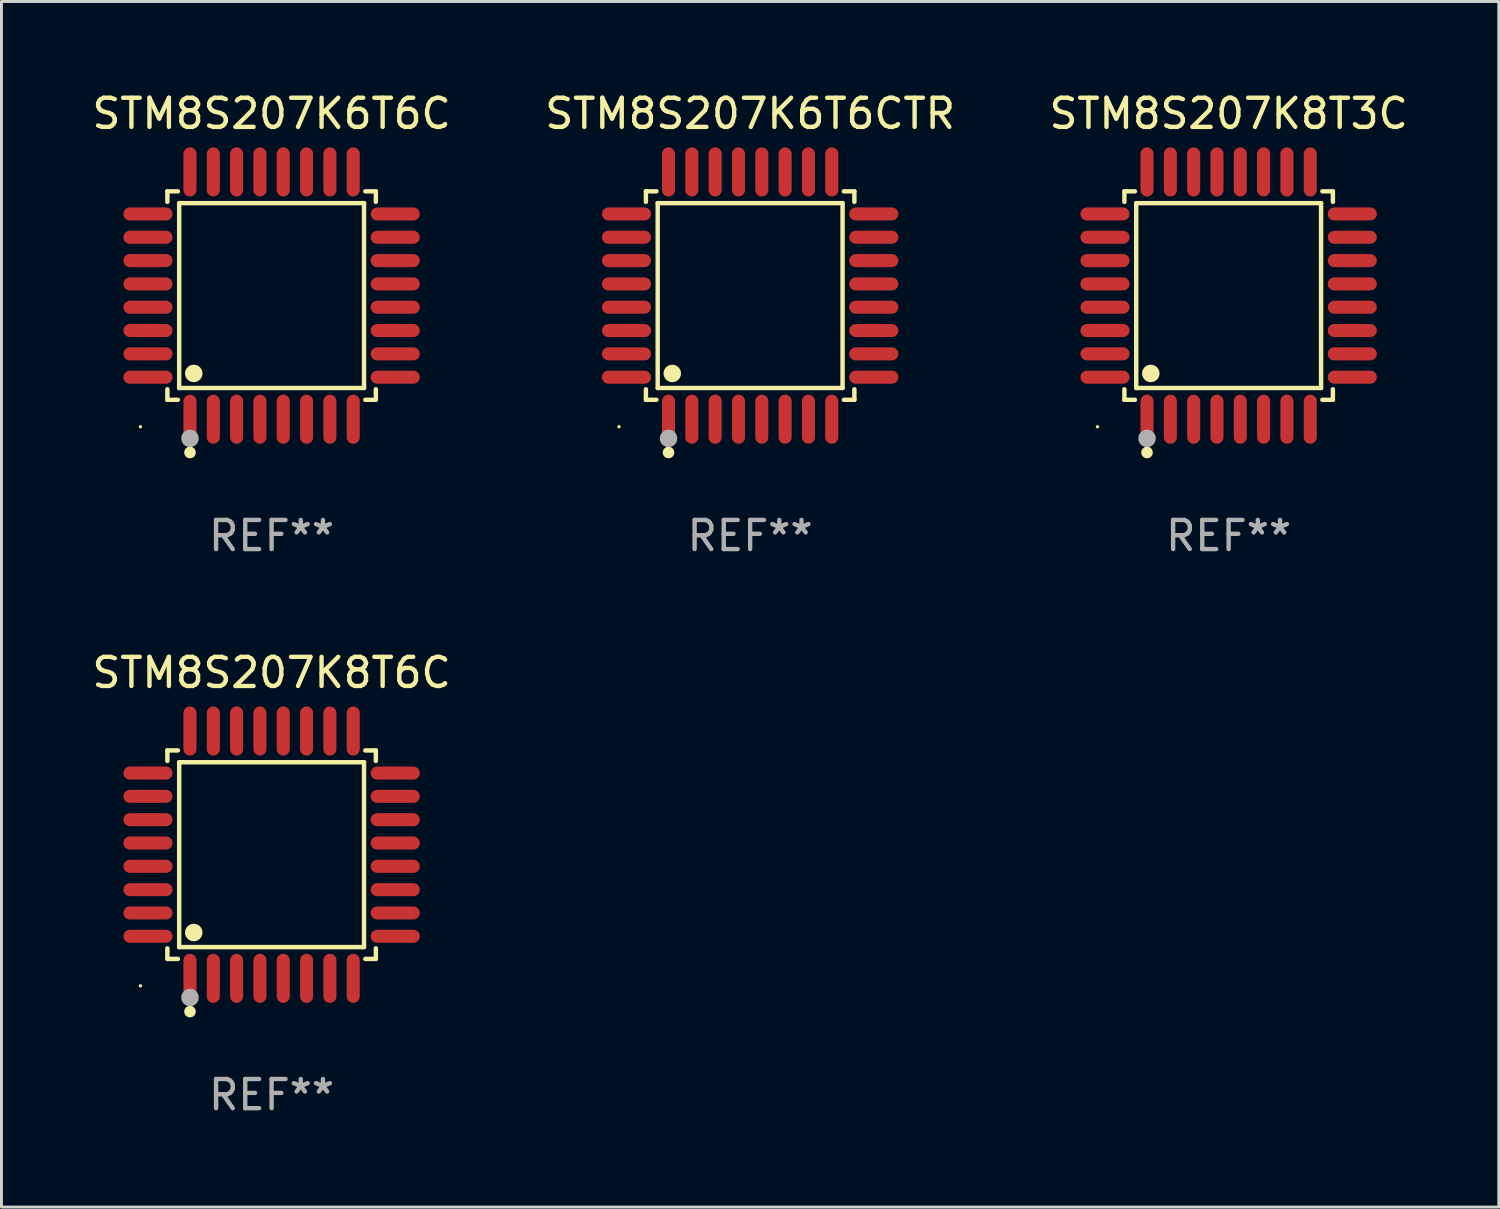
<source format=kicad_pcb>
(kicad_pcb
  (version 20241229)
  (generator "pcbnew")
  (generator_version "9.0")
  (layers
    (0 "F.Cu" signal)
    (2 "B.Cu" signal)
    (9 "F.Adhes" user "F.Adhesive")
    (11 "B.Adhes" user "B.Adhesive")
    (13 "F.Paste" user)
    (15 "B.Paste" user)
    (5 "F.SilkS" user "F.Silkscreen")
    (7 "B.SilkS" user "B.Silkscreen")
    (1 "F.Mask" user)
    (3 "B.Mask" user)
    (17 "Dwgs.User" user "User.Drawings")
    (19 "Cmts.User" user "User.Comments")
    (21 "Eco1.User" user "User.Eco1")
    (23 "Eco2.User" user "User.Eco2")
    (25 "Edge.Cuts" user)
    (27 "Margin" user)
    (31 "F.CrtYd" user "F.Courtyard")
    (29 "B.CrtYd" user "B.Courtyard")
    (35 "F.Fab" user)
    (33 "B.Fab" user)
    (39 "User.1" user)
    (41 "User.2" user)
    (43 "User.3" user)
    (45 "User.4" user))
  (footprint "STM8S207K6T6CTR"
    (layer "F.Cu")
    (at 22.685 7.09)
    (property "Reference" "STM8S207K6T6CTR" (at 0 -6.242 0) (layer "F.SilkS") (effects (font (size 1 1) (thickness 0.15))))
    (attr through_hole)
    (fp_line (start -3.576 -3.576) (end -3.215 -3.576) (stroke (width 0.152) (type solid)) (layer "F.SilkS"))
    (fp_line (start -3.576 -3.215) (end -3.576 -3.576) (stroke (width 0.152) (type solid)) (layer "F.SilkS"))
    (fp_line (start -3.576 3.215) (end -3.576 3.576) (stroke (width 0.152) (type solid)) (layer "F.SilkS"))
    (fp_line (start -3.576 3.576) (end -3.215 3.576) (stroke (width 0.152) (type solid)) (layer "F.SilkS"))
    (fp_line (start -3.171 -3.171) (end 3.171 -3.171) (stroke (width 0.152) (type solid)) (layer "F.SilkS"))
    (fp_line (start -3.171 3.171) (end -3.171 -3.171) (stroke (width 0.152) (type solid)) (layer "F.SilkS"))
    (fp_line (start 3.171 -3.171) (end 3.171 3.171) (stroke (width 0.152) (type solid)) (layer "F.SilkS"))
    (fp_line (start 3.171 3.171) (end -3.171 3.171) (stroke (width 0.152) (type solid)) (layer "F.SilkS"))
    (fp_line (start 3.576 -3.576) (end 3.215 -3.576) (stroke (width 0.152) (type solid)) (layer "F.SilkS"))
    (fp_line (start 3.576 -3.215) (end 3.576 -3.576) (stroke (width 0.152) (type solid)) (layer "F.SilkS"))
    (fp_line (start 3.576 3.215) (end 3.576 3.576) (stroke (width 0.152) (type solid)) (layer "F.SilkS"))
    (fp_line (start 3.576 3.576) (end 3.215 3.576) (stroke (width 0.152) (type solid)) (layer "F.SilkS"))
    (fp_circle (center -4.5 4.5) (end -4.47 4.5) (stroke (width 0.06) (type solid)) (fill no) (layer "F.SilkS"))
    (fp_circle (center -2.8 5.384) (end -2.7 5.384) (stroke (width 0.2) (type solid)) (fill no) (layer "F.SilkS"))
    (fp_circle (center -2.671 2.671) (end -2.521 2.671) (stroke (width 0.3) (type solid)) (fill no) (layer "F.SilkS"))
    (fp_circle (center -2.8 4.9) (end -2.65 4.9) (stroke (width 0.3) (type solid)) (fill no) (layer "F.Fab"))
    (fp_text user "REF**" (at 0 8.242 0) (layer "F.Fab") (effects (font (size 1 1) (thickness 0.15))))
    (pad "1" smd oval (at -2.8 4.242) (size 0.448 1.684) (layers "F.Cu" "F.Mask" "F.Paste"))
    (pad "2" smd oval (at -2 4.242) (size 0.448 1.684) (layers "F.Cu" "F.Mask" "F.Paste"))
    (pad "3" smd oval (at -1.2 4.242) (size 0.448 1.684) (layers "F.Cu" "F.Mask" "F.Paste"))
    (pad "4" smd oval (at -0.4 4.242) (size 0.448 1.684) (layers "F.Cu" "F.Mask" "F.Paste"))
    (pad "5" smd oval (at 0.4 4.242) (size 0.448 1.684) (layers "F.Cu" "F.Mask" "F.Paste"))
    (pad "6" smd oval (at 1.2 4.242) (size 0.448 1.684) (layers "F.Cu" "F.Mask" "F.Paste"))
    (pad "7" smd oval (at 2 4.242) (size 0.448 1.684) (layers "F.Cu" "F.Mask" "F.Paste"))
    (pad "8" smd oval (at 2.8 4.242) (size 0.448 1.684) (layers "F.Cu" "F.Mask" "F.Paste"))
    (pad "9" smd oval (at 4.242 2.8) (size 1.684 0.448) (layers "F.Cu" "F.Mask" "F.Paste"))
    (pad "10" smd oval (at 4.242 2) (size 1.684 0.448) (layers "F.Cu" "F.Mask" "F.Paste"))
    (pad "11" smd oval (at 4.242 1.2) (size 1.684 0.448) (layers "F.Cu" "F.Mask" "F.Paste"))
    (pad "12" smd oval (at 4.242 0.4) (size 1.684 0.448) (layers "F.Cu" "F.Mask" "F.Paste"))
    (pad "13" smd oval (at 4.242 -0.4) (size 1.684 0.448) (layers "F.Cu" "F.Mask" "F.Paste"))
    (pad "14" smd oval (at 4.242 -1.2) (size 1.684 0.448) (layers "F.Cu" "F.Mask" "F.Paste"))
    (pad "15" smd oval (at 4.242 -2) (size 1.684 0.448) (layers "F.Cu" "F.Mask" "F.Paste"))
    (pad "16" smd oval (at 4.242 -2.8) (size 1.684 0.448) (layers "F.Cu" "F.Mask" "F.Paste"))
    (pad "17" smd oval (at 2.8 -4.242) (size 0.448 1.684) (layers "F.Cu" "F.Mask" "F.Paste"))
    (pad "18" smd oval (at 2 -4.242) (size 0.448 1.684) (layers "F.Cu" "F.Mask" "F.Paste"))
    (pad "19" smd oval (at 1.2 -4.242) (size 0.448 1.684) (layers "F.Cu" "F.Mask" "F.Paste"))
    (pad "20" smd oval (at 0.4 -4.242) (size 0.448 1.684) (layers "F.Cu" "F.Mask" "F.Paste"))
    (pad "21" smd oval (at -0.4 -4.242) (size 0.448 1.684) (layers "F.Cu" "F.Mask" "F.Paste"))
    (pad "22" smd oval (at -1.2 -4.242) (size 0.448 1.684) (layers "F.Cu" "F.Mask" "F.Paste"))
    (pad "23" smd oval (at -2 -4.242) (size 0.448 1.684) (layers "F.Cu" "F.Mask" "F.Paste"))
    (pad "24" smd oval (at -2.8 -4.242) (size 0.448 1.684) (layers "F.Cu" "F.Mask" "F.Paste"))
    (pad "25" smd oval (at -4.242 -2.8) (size 1.684 0.448) (layers "F.Cu" "F.Mask" "F.Paste"))
    (pad "26" smd oval (at -4.242 -2) (size 1.684 0.448) (layers "F.Cu" "F.Mask" "F.Paste"))
    (pad "27" smd oval (at -4.242 -1.2) (size 1.684 0.448) (layers "F.Cu" "F.Mask" "F.Paste"))
    (pad "28" smd oval (at -4.242 -0.4) (size 1.684 0.448) (layers "F.Cu" "F.Mask" "F.Paste"))
    (pad "29" smd oval (at -4.242 0.4) (size 1.684 0.448) (layers "F.Cu" "F.Mask" "F.Paste"))
    (pad "30" smd oval (at -4.242 1.2) (size 1.684 0.448) (layers "F.Cu" "F.Mask" "F.Paste"))
    (pad "31" smd oval (at -4.242 2) (size 1.684 0.448) (layers "F.Cu" "F.Mask" "F.Paste"))
    (pad "32" smd oval (at -4.242 2.8) (size 1.684 0.448) (layers "F.Cu" "F.Mask" "F.Paste")))
  (footprint "STM8S207K8T3C"
    (layer "F.Cu")
    (at 39.101 7.09)
    (property "Reference" "STM8S207K8T3C" (at 0 -6.242 0) (layer "F.SilkS") (effects (font (size 1 1) (thickness 0.15))))
    (attr through_hole)
    (fp_line (start -3.576 -3.576) (end -3.215 -3.576) (stroke (width 0.152) (type solid)) (layer "F.SilkS"))
    (fp_line (start -3.576 -3.215) (end -3.576 -3.576) (stroke (width 0.152) (type solid)) (layer "F.SilkS"))
    (fp_line (start -3.576 3.215) (end -3.576 3.576) (stroke (width 0.152) (type solid)) (layer "F.SilkS"))
    (fp_line (start -3.576 3.576) (end -3.215 3.576) (stroke (width 0.152) (type solid)) (layer "F.SilkS"))
    (fp_line (start -3.171 -3.171) (end 3.171 -3.171) (stroke (width 0.152) (type solid)) (layer "F.SilkS"))
    (fp_line (start -3.171 3.171) (end -3.171 -3.171) (stroke (width 0.152) (type solid)) (layer "F.SilkS"))
    (fp_line (start 3.171 -3.171) (end 3.171 3.171) (stroke (width 0.152) (type solid)) (layer "F.SilkS"))
    (fp_line (start 3.171 3.171) (end -3.171 3.171) (stroke (width 0.152) (type solid)) (layer "F.SilkS"))
    (fp_line (start 3.576 -3.576) (end 3.215 -3.576) (stroke (width 0.152) (type solid)) (layer "F.SilkS"))
    (fp_line (start 3.576 -3.215) (end 3.576 -3.576) (stroke (width 0.152) (type solid)) (layer "F.SilkS"))
    (fp_line (start 3.576 3.215) (end 3.576 3.576) (stroke (width 0.152) (type solid)) (layer "F.SilkS"))
    (fp_line (start 3.576 3.576) (end 3.215 3.576) (stroke (width 0.152) (type solid)) (layer "F.SilkS"))
    (fp_circle (center -4.5 4.5) (end -4.47 4.5) (stroke (width 0.06) (type solid)) (fill no) (layer "F.SilkS"))
    (fp_circle (center -2.8 5.384) (end -2.7 5.384) (stroke (width 0.2) (type solid)) (fill no) (layer "F.SilkS"))
    (fp_circle (center -2.671 2.671) (end -2.521 2.671) (stroke (width 0.3) (type solid)) (fill no) (layer "F.SilkS"))
    (fp_circle (center -2.8 4.9) (end -2.65 4.9) (stroke (width 0.3) (type solid)) (fill no) (layer "F.Fab"))
    (fp_text user "REF**" (at 0 8.242 0) (layer "F.Fab") (effects (font (size 1 1) (thickness 0.15))))
    (pad "1" smd oval (at -2.8 4.242) (size 0.448 1.684) (layers "F.Cu" "F.Mask" "F.Paste"))
    (pad "2" smd oval (at -2 4.242) (size 0.448 1.684) (layers "F.Cu" "F.Mask" "F.Paste"))
    (pad "3" smd oval (at -1.2 4.242) (size 0.448 1.684) (layers "F.Cu" "F.Mask" "F.Paste"))
    (pad "4" smd oval (at -0.4 4.242) (size 0.448 1.684) (layers "F.Cu" "F.Mask" "F.Paste"))
    (pad "5" smd oval (at 0.4 4.242) (size 0.448 1.684) (layers "F.Cu" "F.Mask" "F.Paste"))
    (pad "6" smd oval (at 1.2 4.242) (size 0.448 1.684) (layers "F.Cu" "F.Mask" "F.Paste"))
    (pad "7" smd oval (at 2 4.242) (size 0.448 1.684) (layers "F.Cu" "F.Mask" "F.Paste"))
    (pad "8" smd oval (at 2.8 4.242) (size 0.448 1.684) (layers "F.Cu" "F.Mask" "F.Paste"))
    (pad "9" smd oval (at 4.242 2.8) (size 1.684 0.448) (layers "F.Cu" "F.Mask" "F.Paste"))
    (pad "10" smd oval (at 4.242 2) (size 1.684 0.448) (layers "F.Cu" "F.Mask" "F.Paste"))
    (pad "11" smd oval (at 4.242 1.2) (size 1.684 0.448) (layers "F.Cu" "F.Mask" "F.Paste"))
    (pad "12" smd oval (at 4.242 0.4) (size 1.684 0.448) (layers "F.Cu" "F.Mask" "F.Paste"))
    (pad "13" smd oval (at 4.242 -0.4) (size 1.684 0.448) (layers "F.Cu" "F.Mask" "F.Paste"))
    (pad "14" smd oval (at 4.242 -1.2) (size 1.684 0.448) (layers "F.Cu" "F.Mask" "F.Paste"))
    (pad "15" smd oval (at 4.242 -2) (size 1.684 0.448) (layers "F.Cu" "F.Mask" "F.Paste"))
    (pad "16" smd oval (at 4.242 -2.8) (size 1.684 0.448) (layers "F.Cu" "F.Mask" "F.Paste"))
    (pad "17" smd oval (at 2.8 -4.242) (size 0.448 1.684) (layers "F.Cu" "F.Mask" "F.Paste"))
    (pad "18" smd oval (at 2 -4.242) (size 0.448 1.684) (layers "F.Cu" "F.Mask" "F.Paste"))
    (pad "19" smd oval (at 1.2 -4.242) (size 0.448 1.684) (layers "F.Cu" "F.Mask" "F.Paste"))
    (pad "20" smd oval (at 0.4 -4.242) (size 0.448 1.684) (layers "F.Cu" "F.Mask" "F.Paste"))
    (pad "21" smd oval (at -0.4 -4.242) (size 0.448 1.684) (layers "F.Cu" "F.Mask" "F.Paste"))
    (pad "22" smd oval (at -1.2 -4.242) (size 0.448 1.684) (layers "F.Cu" "F.Mask" "F.Paste"))
    (pad "23" smd oval (at -2 -4.242) (size 0.448 1.684) (layers "F.Cu" "F.Mask" "F.Paste"))
    (pad "24" smd oval (at -2.8 -4.242) (size 0.448 1.684) (layers "F.Cu" "F.Mask" "F.Paste"))
    (pad "25" smd oval (at -4.242 -2.8) (size 1.684 0.448) (layers "F.Cu" "F.Mask" "F.Paste"))
    (pad "26" smd oval (at -4.242 -2) (size 1.684 0.448) (layers "F.Cu" "F.Mask" "F.Paste"))
    (pad "27" smd oval (at -4.242 -1.2) (size 1.684 0.448) (layers "F.Cu" "F.Mask" "F.Paste"))
    (pad "28" smd oval (at -4.242 -0.4) (size 1.684 0.448) (layers "F.Cu" "F.Mask" "F.Paste"))
    (pad "29" smd oval (at -4.242 0.4) (size 1.684 0.448) (layers "F.Cu" "F.Mask" "F.Paste"))
    (pad "30" smd oval (at -4.242 1.2) (size 1.684 0.448) (layers "F.Cu" "F.Mask" "F.Paste"))
    (pad "31" smd oval (at -4.242 2) (size 1.684 0.448) (layers "F.Cu" "F.Mask" "F.Paste"))
    (pad "32" smd oval (at -4.242 2.8) (size 1.684 0.448) (layers "F.Cu" "F.Mask" "F.Paste")))
  (footprint "STM8S207K8T6C"
    (layer "F.Cu")
    (at 6.268 26.271)
    (property "Reference" "STM8S207K8T6C" (at 0 -6.242 0) (layer "F.SilkS") (effects (font (size 1 1) (thickness 0.15))))
    (attr through_hole)
    (fp_line (start -3.576 -3.576) (end -3.215 -3.576) (stroke (width 0.152) (type solid)) (layer "F.SilkS"))
    (fp_line (start -3.576 -3.215) (end -3.576 -3.576) (stroke (width 0.152) (type solid)) (layer "F.SilkS"))
    (fp_line (start -3.576 3.215) (end -3.576 3.576) (stroke (width 0.152) (type solid)) (layer "F.SilkS"))
    (fp_line (start -3.576 3.576) (end -3.215 3.576) (stroke (width 0.152) (type solid)) (layer "F.SilkS"))
    (fp_line (start -3.171 -3.171) (end 3.171 -3.171) (stroke (width 0.152) (type solid)) (layer "F.SilkS"))
    (fp_line (start -3.171 3.171) (end -3.171 -3.171) (stroke (width 0.152) (type solid)) (layer "F.SilkS"))
    (fp_line (start 3.171 -3.171) (end 3.171 3.171) (stroke (width 0.152) (type solid)) (layer "F.SilkS"))
    (fp_line (start 3.171 3.171) (end -3.171 3.171) (stroke (width 0.152) (type solid)) (layer "F.SilkS"))
    (fp_line (start 3.576 -3.576) (end 3.215 -3.576) (stroke (width 0.152) (type solid)) (layer "F.SilkS"))
    (fp_line (start 3.576 -3.215) (end 3.576 -3.576) (stroke (width 0.152) (type solid)) (layer "F.SilkS"))
    (fp_line (start 3.576 3.215) (end 3.576 3.576) (stroke (width 0.152) (type solid)) (layer "F.SilkS"))
    (fp_line (start 3.576 3.576) (end 3.215 3.576) (stroke (width 0.152) (type solid)) (layer "F.SilkS"))
    (fp_circle (center -4.5 4.5) (end -4.47 4.5) (stroke (width 0.06) (type solid)) (fill no) (layer "F.SilkS"))
    (fp_circle (center -2.8 5.384) (end -2.7 5.384) (stroke (width 0.2) (type solid)) (fill no) (layer "F.SilkS"))
    (fp_circle (center -2.671 2.671) (end -2.521 2.671) (stroke (width 0.3) (type solid)) (fill no) (layer "F.SilkS"))
    (fp_circle (center -2.8 4.9) (end -2.65 4.9) (stroke (width 0.3) (type solid)) (fill no) (layer "F.Fab"))
    (fp_text user "REF**" (at 0 8.242 0) (layer "F.Fab") (effects (font (size 1 1) (thickness 0.15))))
    (pad "1" smd oval (at -2.8 4.242) (size 0.448 1.684) (layers "F.Cu" "F.Mask" "F.Paste"))
    (pad "2" smd oval (at -2 4.242) (size 0.448 1.684) (layers "F.Cu" "F.Mask" "F.Paste"))
    (pad "3" smd oval (at -1.2 4.242) (size 0.448 1.684) (layers "F.Cu" "F.Mask" "F.Paste"))
    (pad "4" smd oval (at -0.4 4.242) (size 0.448 1.684) (layers "F.Cu" "F.Mask" "F.Paste"))
    (pad "5" smd oval (at 0.4 4.242) (size 0.448 1.684) (layers "F.Cu" "F.Mask" "F.Paste"))
    (pad "6" smd oval (at 1.2 4.242) (size 0.448 1.684) (layers "F.Cu" "F.Mask" "F.Paste"))
    (pad "7" smd oval (at 2 4.242) (size 0.448 1.684) (layers "F.Cu" "F.Mask" "F.Paste"))
    (pad "8" smd oval (at 2.8 4.242) (size 0.448 1.684) (layers "F.Cu" "F.Mask" "F.Paste"))
    (pad "9" smd oval (at 4.242 2.8) (size 1.684 0.448) (layers "F.Cu" "F.Mask" "F.Paste"))
    (pad "10" smd oval (at 4.242 2) (size 1.684 0.448) (layers "F.Cu" "F.Mask" "F.Paste"))
    (pad "11" smd oval (at 4.242 1.2) (size 1.684 0.448) (layers "F.Cu" "F.Mask" "F.Paste"))
    (pad "12" smd oval (at 4.242 0.4) (size 1.684 0.448) (layers "F.Cu" "F.Mask" "F.Paste"))
    (pad "13" smd oval (at 4.242 -0.4) (size 1.684 0.448) (layers "F.Cu" "F.Mask" "F.Paste"))
    (pad "14" smd oval (at 4.242 -1.2) (size 1.684 0.448) (layers "F.Cu" "F.Mask" "F.Paste"))
    (pad "15" smd oval (at 4.242 -2) (size 1.684 0.448) (layers "F.Cu" "F.Mask" "F.Paste"))
    (pad "16" smd oval (at 4.242 -2.8) (size 1.684 0.448) (layers "F.Cu" "F.Mask" "F.Paste"))
    (pad "17" smd oval (at 2.8 -4.242) (size 0.448 1.684) (layers "F.Cu" "F.Mask" "F.Paste"))
    (pad "18" smd oval (at 2 -4.242) (size 0.448 1.684) (layers "F.Cu" "F.Mask" "F.Paste"))
    (pad "19" smd oval (at 1.2 -4.242) (size 0.448 1.684) (layers "F.Cu" "F.Mask" "F.Paste"))
    (pad "20" smd oval (at 0.4 -4.242) (size 0.448 1.684) (layers "F.Cu" "F.Mask" "F.Paste"))
    (pad "21" smd oval (at -0.4 -4.242) (size 0.448 1.684) (layers "F.Cu" "F.Mask" "F.Paste"))
    (pad "22" smd oval (at -1.2 -4.242) (size 0.448 1.684) (layers "F.Cu" "F.Mask" "F.Paste"))
    (pad "23" smd oval (at -2 -4.242) (size 0.448 1.684) (layers "F.Cu" "F.Mask" "F.Paste"))
    (pad "24" smd oval (at -2.8 -4.242) (size 0.448 1.684) (layers "F.Cu" "F.Mask" "F.Paste"))
    (pad "25" smd oval (at -4.242 -2.8) (size 1.684 0.448) (layers "F.Cu" "F.Mask" "F.Paste"))
    (pad "26" smd oval (at -4.242 -2) (size 1.684 0.448) (layers "F.Cu" "F.Mask" "F.Paste"))
    (pad "27" smd oval (at -4.242 -1.2) (size 1.684 0.448) (layers "F.Cu" "F.Mask" "F.Paste"))
    (pad "28" smd oval (at -4.242 -0.4) (size 1.684 0.448) (layers "F.Cu" "F.Mask" "F.Paste"))
    (pad "29" smd oval (at -4.242 0.4) (size 1.684 0.448) (layers "F.Cu" "F.Mask" "F.Paste"))
    (pad "30" smd oval (at -4.242 1.2) (size 1.684 0.448) (layers "F.Cu" "F.Mask" "F.Paste"))
    (pad "31" smd oval (at -4.242 2) (size 1.684 0.448) (layers "F.Cu" "F.Mask" "F.Paste"))
    (pad "32" smd oval (at -4.242 2.8) (size 1.684 0.448) (layers "F.Cu" "F.Mask" "F.Paste")))
  (footprint "STM8S207K6T6C"
    (layer "F.Cu")
    (at 6.268 7.09)
    (property "Reference" "STM8S207K6T6C" (at 0 -6.242 0) (layer "F.SilkS") (effects (font (size 1 1) (thickness 0.15))))
    (attr through_hole)
    (fp_line (start -3.576 -3.576) (end -3.215 -3.576) (stroke (width 0.152) (type solid)) (layer "F.SilkS"))
    (fp_line (start -3.576 -3.215) (end -3.576 -3.576) (stroke (width 0.152) (type solid)) (layer "F.SilkS"))
    (fp_line (start -3.576 3.215) (end -3.576 3.576) (stroke (width 0.152) (type solid)) (layer "F.SilkS"))
    (fp_line (start -3.576 3.576) (end -3.215 3.576) (stroke (width 0.152) (type solid)) (layer "F.SilkS"))
    (fp_line (start -3.171 -3.171) (end 3.171 -3.171) (stroke (width 0.152) (type solid)) (layer "F.SilkS"))
    (fp_line (start -3.171 3.171) (end -3.171 -3.171) (stroke (width 0.152) (type solid)) (layer "F.SilkS"))
    (fp_line (start 3.171 -3.171) (end 3.171 3.171) (stroke (width 0.152) (type solid)) (layer "F.SilkS"))
    (fp_line (start 3.171 3.171) (end -3.171 3.171) (stroke (width 0.152) (type solid)) (layer "F.SilkS"))
    (fp_line (start 3.576 -3.576) (end 3.215 -3.576) (stroke (width 0.152) (type solid)) (layer "F.SilkS"))
    (fp_line (start 3.576 -3.215) (end 3.576 -3.576) (stroke (width 0.152) (type solid)) (layer "F.SilkS"))
    (fp_line (start 3.576 3.215) (end 3.576 3.576) (stroke (width 0.152) (type solid)) (layer "F.SilkS"))
    (fp_line (start 3.576 3.576) (end 3.215 3.576) (stroke (width 0.152) (type solid)) (layer "F.SilkS"))
    (fp_circle (center -4.5 4.5) (end -4.47 4.5) (stroke (width 0.06) (type solid)) (fill no) (layer "F.SilkS"))
    (fp_circle (center -2.8 5.384) (end -2.7 5.384) (stroke (width 0.2) (type solid)) (fill no) (layer "F.SilkS"))
    (fp_circle (center -2.671 2.671) (end -2.521 2.671) (stroke (width 0.3) (type solid)) (fill no) (layer "F.SilkS"))
    (fp_circle (center -2.8 4.9) (end -2.65 4.9) (stroke (width 0.3) (type solid)) (fill no) (layer "F.Fab"))
    (fp_text user "REF**" (at 0 8.242 0) (layer "F.Fab") (effects (font (size 1 1) (thickness 0.15))))
    (pad "1" smd oval (at -2.8 4.242) (size 0.448 1.684) (layers "F.Cu" "F.Mask" "F.Paste"))
    (pad "2" smd oval (at -2 4.242) (size 0.448 1.684) (layers "F.Cu" "F.Mask" "F.Paste"))
    (pad "3" smd oval (at -1.2 4.242) (size 0.448 1.684) (layers "F.Cu" "F.Mask" "F.Paste"))
    (pad "4" smd oval (at -0.4 4.242) (size 0.448 1.684) (layers "F.Cu" "F.Mask" "F.Paste"))
    (pad "5" smd oval (at 0.4 4.242) (size 0.448 1.684) (layers "F.Cu" "F.Mask" "F.Paste"))
    (pad "6" smd oval (at 1.2 4.242) (size 0.448 1.684) (layers "F.Cu" "F.Mask" "F.Paste"))
    (pad "7" smd oval (at 2 4.242) (size 0.448 1.684) (layers "F.Cu" "F.Mask" "F.Paste"))
    (pad "8" smd oval (at 2.8 4.242) (size 0.448 1.684) (layers "F.Cu" "F.Mask" "F.Paste"))
    (pad "9" smd oval (at 4.242 2.8) (size 1.684 0.448) (layers "F.Cu" "F.Mask" "F.Paste"))
    (pad "10" smd oval (at 4.242 2) (size 1.684 0.448) (layers "F.Cu" "F.Mask" "F.Paste"))
    (pad "11" smd oval (at 4.242 1.2) (size 1.684 0.448) (layers "F.Cu" "F.Mask" "F.Paste"))
    (pad "12" smd oval (at 4.242 0.4) (size 1.684 0.448) (layers "F.Cu" "F.Mask" "F.Paste"))
    (pad "13" smd oval (at 4.242 -0.4) (size 1.684 0.448) (layers "F.Cu" "F.Mask" "F.Paste"))
    (pad "14" smd oval (at 4.242 -1.2) (size 1.684 0.448) (layers "F.Cu" "F.Mask" "F.Paste"))
    (pad "15" smd oval (at 4.242 -2) (size 1.684 0.448) (layers "F.Cu" "F.Mask" "F.Paste"))
    (pad "16" smd oval (at 4.242 -2.8) (size 1.684 0.448) (layers "F.Cu" "F.Mask" "F.Paste"))
    (pad "17" smd oval (at 2.8 -4.242) (size 0.448 1.684) (layers "F.Cu" "F.Mask" "F.Paste"))
    (pad "18" smd oval (at 2 -4.242) (size 0.448 1.684) (layers "F.Cu" "F.Mask" "F.Paste"))
    (pad "19" smd oval (at 1.2 -4.242) (size 0.448 1.684) (layers "F.Cu" "F.Mask" "F.Paste"))
    (pad "20" smd oval (at 0.4 -4.242) (size 0.448 1.684) (layers "F.Cu" "F.Mask" "F.Paste"))
    (pad "21" smd oval (at -0.4 -4.242) (size 0.448 1.684) (layers "F.Cu" "F.Mask" "F.Paste"))
    (pad "22" smd oval (at -1.2 -4.242) (size 0.448 1.684) (layers "F.Cu" "F.Mask" "F.Paste"))
    (pad "23" smd oval (at -2 -4.242) (size 0.448 1.684) (layers "F.Cu" "F.Mask" "F.Paste"))
    (pad "24" smd oval (at -2.8 -4.242) (size 0.448 1.684) (layers "F.Cu" "F.Mask" "F.Paste"))
    (pad "25" smd oval (at -4.242 -2.8) (size 1.684 0.448) (layers "F.Cu" "F.Mask" "F.Paste"))
    (pad "26" smd oval (at -4.242 -2) (size 1.684 0.448) (layers "F.Cu" "F.Mask" "F.Paste"))
    (pad "27" smd oval (at -4.242 -1.2) (size 1.684 0.448) (layers "F.Cu" "F.Mask" "F.Paste"))
    (pad "28" smd oval (at -4.242 -0.4) (size 1.684 0.448) (layers "F.Cu" "F.Mask" "F.Paste"))
    (pad "29" smd oval (at -4.242 0.4) (size 1.684 0.448) (layers "F.Cu" "F.Mask" "F.Paste"))
    (pad "30" smd oval (at -4.242 1.2) (size 1.684 0.448) (layers "F.Cu" "F.Mask" "F.Paste"))
    (pad "31" smd oval (at -4.242 2) (size 1.684 0.448) (layers "F.Cu" "F.Mask" "F.Paste"))
    (pad "32" smd oval (at -4.242 2.8) (size 1.684 0.448) (layers "F.Cu" "F.Mask" "F.Paste")))
  (gr_rect
    (start -3 -3)
    (end 48.369 38.361)
    (stroke (width 0.1) (type default))
    (fill no)
    (layer "Edge.Cuts")))
</source>
